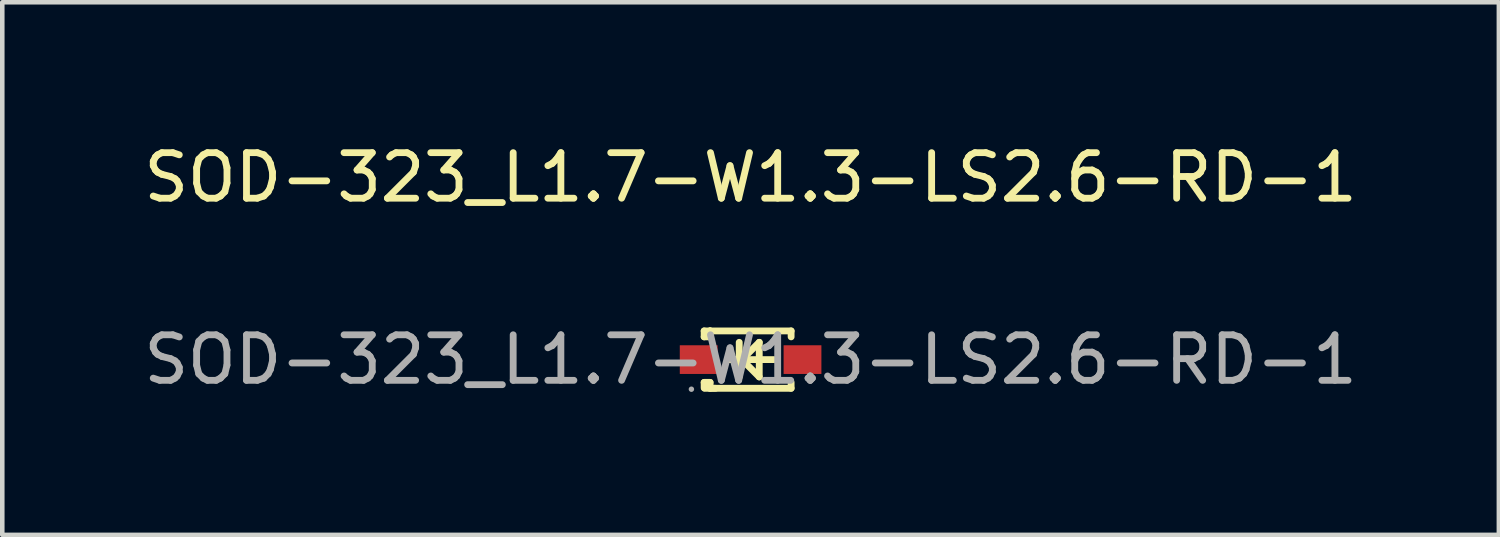
<source format=kicad_pcb>
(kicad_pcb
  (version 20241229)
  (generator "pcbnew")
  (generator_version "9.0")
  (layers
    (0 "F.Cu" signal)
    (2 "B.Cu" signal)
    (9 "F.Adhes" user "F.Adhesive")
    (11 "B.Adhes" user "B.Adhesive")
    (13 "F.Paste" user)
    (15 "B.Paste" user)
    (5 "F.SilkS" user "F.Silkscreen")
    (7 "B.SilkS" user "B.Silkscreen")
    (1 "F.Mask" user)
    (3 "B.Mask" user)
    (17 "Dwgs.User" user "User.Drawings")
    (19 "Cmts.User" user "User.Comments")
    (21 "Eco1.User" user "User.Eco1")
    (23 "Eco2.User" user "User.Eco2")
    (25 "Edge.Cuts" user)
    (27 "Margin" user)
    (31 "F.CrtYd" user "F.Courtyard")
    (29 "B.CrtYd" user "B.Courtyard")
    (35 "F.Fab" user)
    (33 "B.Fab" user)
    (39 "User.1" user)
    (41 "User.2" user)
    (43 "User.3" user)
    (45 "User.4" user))
  (footprint "SOD-323_L1.7-W1.3-LS2.6-RD-1"
    (layer "F.Cu")
    (at 13.435 4.848)
    (property "Reference" "SOD-323_L1.7-W1.3-LS2.6-RD-1" (at 0 -4 0) (layer "F.SilkS") (effects (font (size 1 1) (thickness 0.15))))
    (attr smd)
    (fp_line (start -1.02 -0.63) (end -1.02 -0.5) (stroke (width 0.15) (type solid)) (layer "F.SilkS"))
    (fp_line (start -1.02 -0.5) (end -0.89 -0.5) (stroke (width 0.15) (type solid)) (layer "F.SilkS"))
    (fp_line (start -1.02 0.5) (end -1.02 0.62) (stroke (width 0.15) (type solid)) (layer "F.SilkS"))
    (fp_line (start -1.02 0.5) (end -0.89 0.5) (stroke (width 0.15) (type solid)) (layer "F.SilkS"))
    (fp_line (start -0.89 -0.63) (end -1.02 -0.63) (stroke (width 0.15) (type solid)) (layer "F.SilkS"))
    (fp_line (start -0.89 -0.63) (end -0.89 -0.6) (stroke (width 0.15) (type solid)) (layer "F.SilkS"))
    (fp_line (start -0.89 -0.63) (end 0.89 -0.63) (stroke (width 0.15) (type solid)) (layer "F.SilkS"))
    (fp_line (start -0.89 -0.5) (end -0.89 -0.63) (stroke (width 0.15) (type solid)) (layer "F.SilkS"))
    (fp_line (start -0.89 0.6) (end -0.89 0.5) (stroke (width 0.15) (type solid)) (layer "F.SilkS"))
    (fp_line (start -0.89 0.6) (end -0.89 0.63) (stroke (width 0.15) (type solid)) (layer "F.SilkS"))
    (fp_line (start -0.89 0.63) (end 0.89 0.63) (stroke (width 0.15) (type solid)) (layer "F.SilkS"))
    (fp_line (start -0.77 0.63) (end -1.01 0.63) (stroke (width 0.15) (type solid)) (layer "F.SilkS"))
    (fp_line (start -0.25 -0.38) (end -0.25 0.38) (stroke (width 0.15) (type solid)) (layer "F.SilkS"))
    (fp_line (start -0.19 0) (end 0.19 -0.38) (stroke (width 0.15) (type solid)) (layer "F.SilkS"))
    (fp_line (start 0.19 -0.38) (end 0.19 0.38) (stroke (width 0.15) (type solid)) (layer "F.SilkS"))
    (fp_line (start 0.19 0.38) (end -0.19 0) (stroke (width 0.15) (type solid)) (layer "F.SilkS"))
    (fp_line (start 0.51 0) (end -0.51 0) (stroke (width 0.15) (type solid)) (layer "F.SilkS"))
    (fp_line (start 0.89 -0.63) (end 0.89 -0.5) (stroke (width 0.15) (type solid)) (layer "F.SilkS"))
    (fp_line (start 0.89 0.5) (end 0.89 0.63) (stroke (width 0.15) (type solid)) (layer "F.SilkS"))
    (fp_circle (center -1.3 0.65) (end -1.27 0.65) (stroke (width 0.06) (type solid)) (fill no) (layer "F.Fab"))
    (fp_text user "${REFERENCE}" (at 0 0 0) (layer "F.Fab") (effects (font (size 1 1) (thickness 0.15))))
    (pad "1" smd rect (at -1.14 0 90) (size 0.63 0.83) (layers "F.Cu" "F.Mask" "F.Paste"))
    (pad "2" smd rect (at 1.14 0 90) (size 0.63 0.83) (layers "F.Cu" "F.Mask" "F.Paste")))
  (gr_rect
    (start -3 -3)
    (end 29.869 8.697)
    (stroke (width 0.1) (type default))
    (fill no)
    (layer "Edge.Cuts")))
</source>
